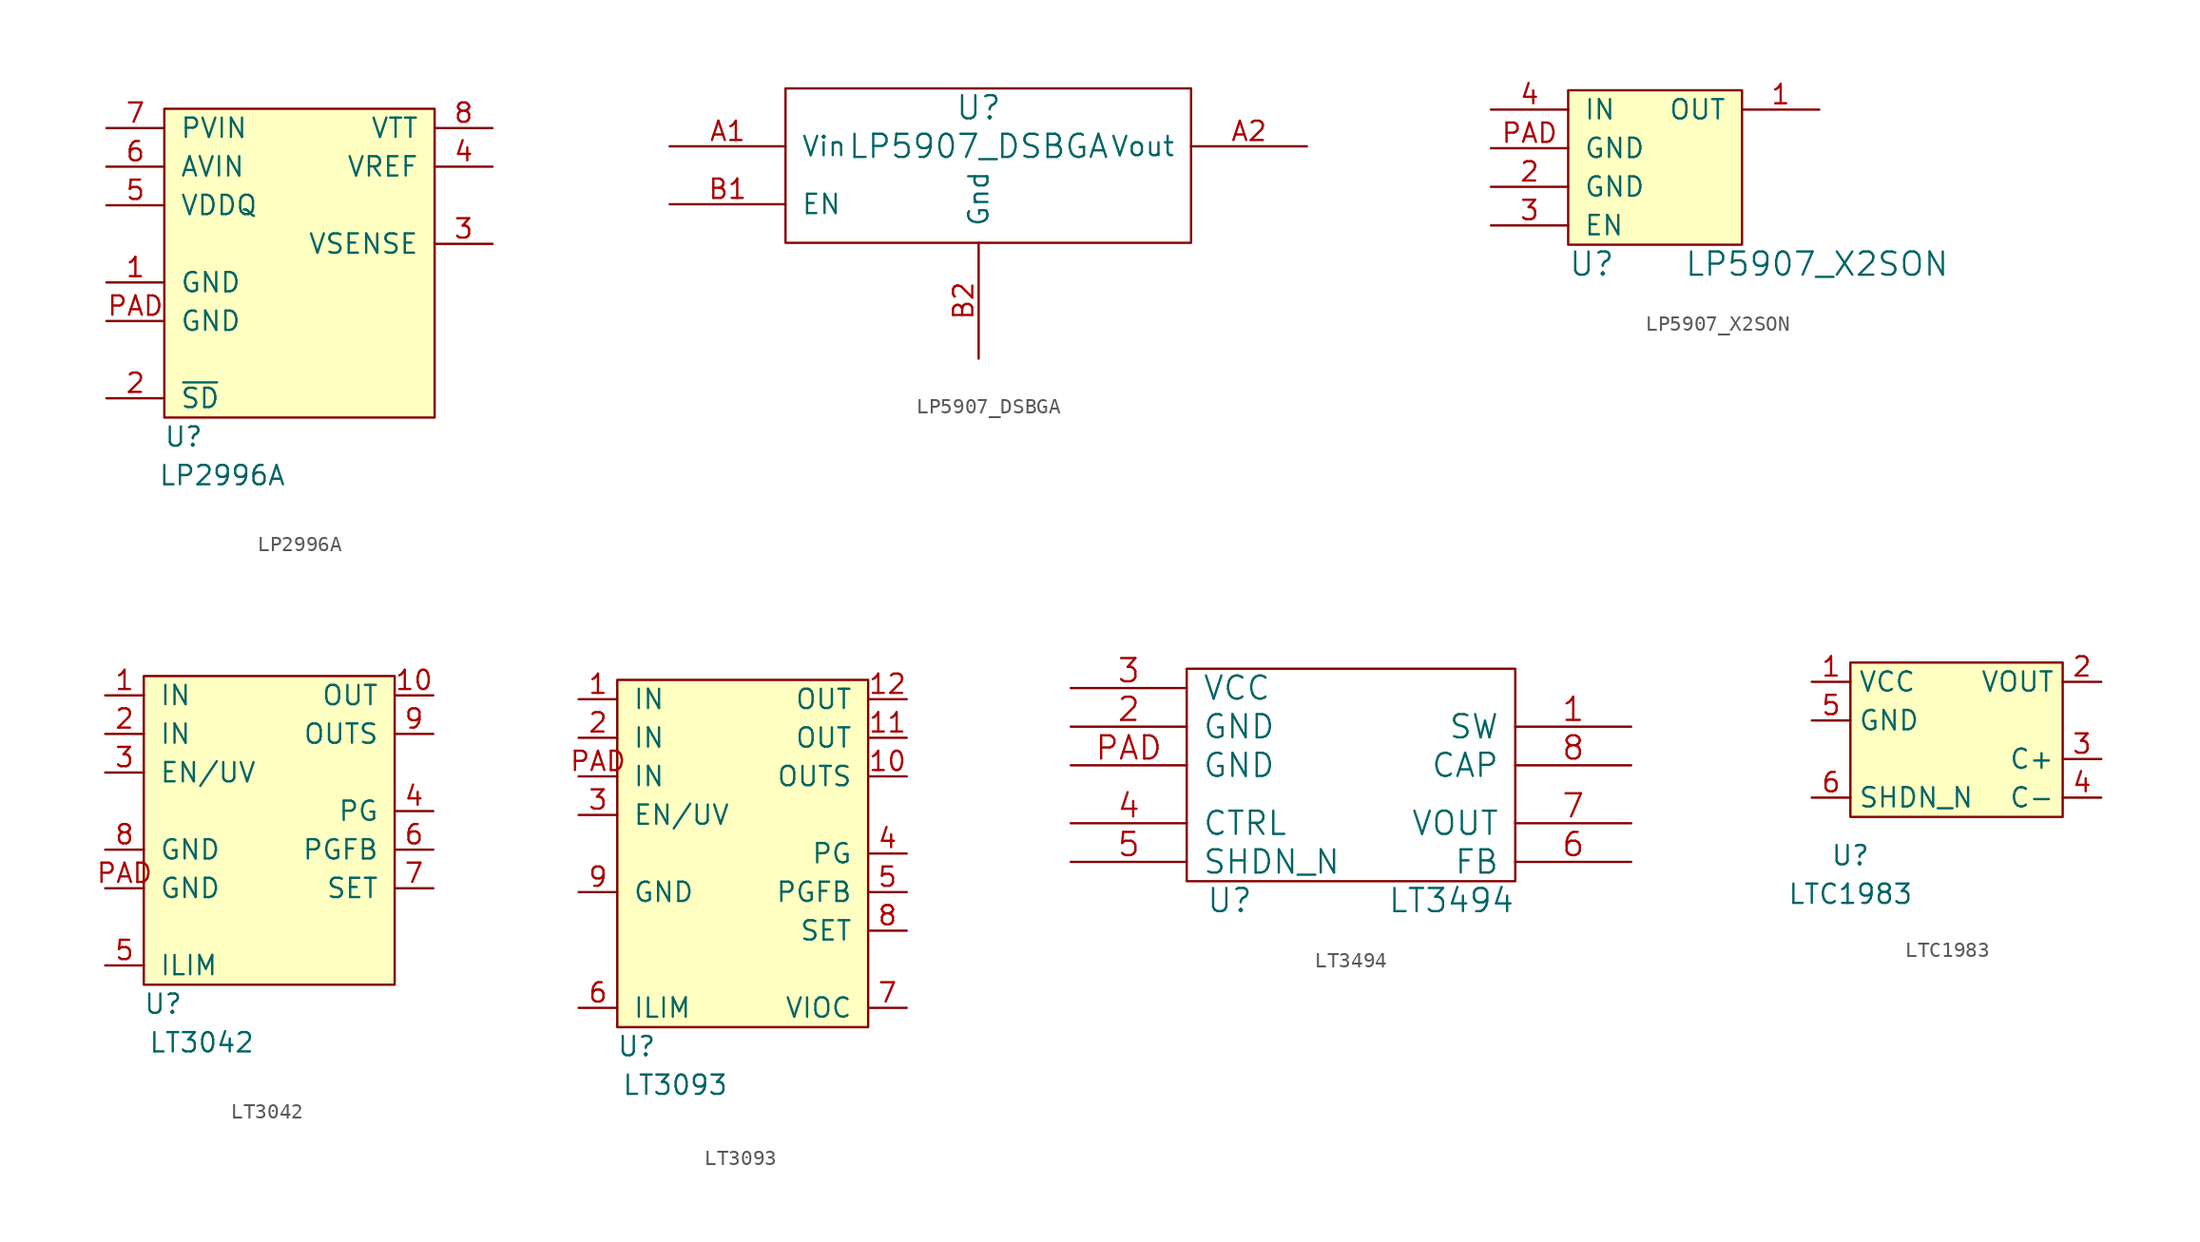
<source format=kicad_sym>
(kicad_symbol_lib
  (version 20231120)
  (generator "kicad_symbol_editor")
  (generator_version "8.0")
  (symbol "LP2996A"
    (pin_names
      (offset 1.016))
    (property "Reference" "U"
      (at 1.27 -1.27 0)
      (effects (font (size 1.27 1.27))))
    (property "Value" "LP2996A"
      (at 3.81 -3.81 0)
      (effects (font (size 1.27 1.27))))
    (symbol "LP2996A_0_1"
      (rectangle (start 0 20.32) (end 17.78 0) (stroke (width 0) (type default)) (fill (type background))))
    (symbol "LP2996A_1_1"
      (pin power_in line (at -3.81 8.89 0) (length 3.81) (name "GND" (effects (font (size 1.27 1.27)))) (number "1" (effects (font (size 1.27 1.27)))))
      (pin input line (at -3.81 1.27 0) (length 3.81) (name "~{SD}" (effects (font (size 1.27 1.27)))) (number "2" (effects (font (size 1.27 1.27)))))
      (pin input line (at 21.59 11.43 180) (length 3.81) (name "VSENSE" (effects (font (size 1.27 1.27)))) (number "3" (effects (font (size 1.27 1.27)))))
      (pin power_out line (at 21.59 16.51 180) (length 3.81) (name "VREF" (effects (font (size 1.27 1.27)))) (number "4" (effects (font (size 1.27 1.27)))))
      (pin input line (at -3.81 13.97 0) (length 3.81) (name "VDDQ" (effects (font (size 1.27 1.27)))) (number "5" (effects (font (size 1.27 1.27)))))
      (pin power_in line (at -3.81 16.51 0) (length 3.81) (name "AVIN" (effects (font (size 1.27 1.27)))) (number "6" (effects (font (size 1.27 1.27)))))
      (pin power_in line (at -3.81 19.05 0) (length 3.81) (name "PVIN" (effects (font (size 1.27 1.27)))) (number "7" (effects (font (size 1.27 1.27)))))
      (pin power_out line (at 21.59 19.05 180) (length 3.81) (name "VTT" (effects (font (size 1.27 1.27)))) (number "8" (effects (font (size 1.27 1.27)))))
      (pin power_in line (at -3.81 6.35 0) (length 3.81) (name "GND" (effects (font (size 1.27 1.27)))) (number "PAD" (effects (font (size 1.27 1.27)))))))
  (symbol "LP5907_DSBGA"
    (pin_names
      (offset 1.016))
    (property "Reference" "U"
      (at 1.27 0 0)
      (effects (font (size 1.524 1.524))))
    (property "Value" "LP5907_DSBGA"
      (at 1.27 -2.54 0)
      (effects (font (size 1.524 1.524))))
    (property "Footprint" ""
      (at 0 0 0)
      (effects (font (size 1.524 1.524))))
    (property "Datasheet" ""
      (at 0 0 0)
      (effects (font (size 1.524 1.524))))
    (symbol "LP5907_DSBGA_0_1"
      (rectangle (start -11.43 1.27) (end 15.24 -8.89) (stroke (width 0) (type default)) (fill (type none))))
    (symbol "LP5907_DSBGA_1_1"
      (pin power_in line (at -19.05 -2.54 0) (length 7.62) (name "Vin" (effects (font (size 1.27 1.27)))) (number "A1" (effects (font (size 1.27 1.27)))))
      (pin power_out line (at 22.86 -2.54 180) (length 7.62) (name "Vout" (effects (font (size 1.27 1.27)))) (number "A2" (effects (font (size 1.27 1.27)))))
      (pin input line (at -19.05 -6.35 0) (length 7.62) (name "EN" (effects (font (size 1.27 1.27)))) (number "B1" (effects (font (size 1.27 1.27)))))
      (pin power_in line (at 1.27 -16.51 90) (length 7.62) (name "Gnd" (effects (font (size 1.27 1.27)))) (number "B2" (effects (font (size 1.27 1.27)))))))
  (symbol "LP5907_X2SON"
    (pin_names
      (offset 1.016))
    (property "Reference" "U"
      (at -5.08 -1.27 0)
      (effects (font (size 1.524 1.524)) (justify left)))
    (property "Value" "LP5907_X2SON"
      (at 2.54 -1.27 0)
      (effects (font (size 1.524 1.524)) (justify left)))
    (property "Footprint" ""
      (at 0 -2.54 0)
      (effects (font (size 1.524 1.524))))
    (property "Datasheet" ""
      (at 0 -2.54 0)
      (effects (font (size 1.524 1.524))))
    (symbol "LP5907_X2SON_0_1"
      (rectangle (start -5.08 10.16) (end 6.35 0) (stroke (width 0) (type default)) (fill (type background))))
    (symbol "LP5907_X2SON_1_1"
      (pin power_out line (at 11.43 8.89 180) (length 5.08) (name "OUT" (effects (font (size 1.27 1.27)))) (number "1" (effects (font (size 1.27 1.27)))))
      (pin power_in line (at -10.16 3.81 0) (length 5.08) (name "GND" (effects (font (size 1.27 1.27)))) (number "2" (effects (font (size 1.27 1.27)))))
      (pin input line (at -10.16 1.27 0) (length 5.08) (name "EN" (effects (font (size 1.27 1.27)))) (number "3" (effects (font (size 1.27 1.27)))))
      (pin power_in line (at -10.16 8.89 0) (length 5.08) (name "IN" (effects (font (size 1.27 1.27)))) (number "4" (effects (font (size 1.27 1.27)))))
      (pin power_in line (at -10.16 6.35 0) (length 5.08) (name "GND" (effects (font (size 1.27 1.27)))) (number "PAD" (effects (font (size 1.27 1.27)))))))
  (symbol "LT3042"
    (pin_names
      (offset 1.016))
    (property "Reference" "U"
      (at 1.27 -1.27 0)
      (effects (font (size 1.27 1.27))))
    (property "Value" "LT3042"
      (at 3.81 -3.81 0)
      (effects (font (size 1.27 1.27))))
    (symbol "LT3042_0_1"
      (rectangle (start 0 20.32) (end 16.51 0) (stroke (width 0) (type default)) (fill (type background))))
    (symbol "LT3042_1_1"
      (pin power_in line (at -2.54 19.05 0) (length 2.54) (name "IN" (effects (font (size 1.27 1.27)))) (number "1" (effects (font (size 1.27 1.27)))))
      (pin power_out line (at 19.05 19.05 180) (length 2.54) (name "OUT" (effects (font (size 1.27 1.27)))) (number "10" (effects (font (size 1.27 1.27)))))
      (pin power_in line (at -2.54 16.51 0) (length 2.54) (name "IN" (effects (font (size 1.27 1.27)))) (number "2" (effects (font (size 1.27 1.27)))))
      (pin input line (at -2.54 13.97 0) (length 2.54) (name "EN/UV" (effects (font (size 1.27 1.27)))) (number "3" (effects (font (size 1.27 1.27)))))
      (pin open_collector line (at 19.05 11.43 180) (length 2.54) (name "PG" (effects (font (size 1.27 1.27)))) (number "4" (effects (font (size 1.27 1.27)))))
      (pin passive line (at -2.54 1.27 0) (length 2.54) (name "ILIM" (effects (font (size 1.27 1.27)))) (number "5" (effects (font (size 1.27 1.27)))))
      (pin input line (at 19.05 8.89 180) (length 2.54) (name "PGFB" (effects (font (size 1.27 1.27)))) (number "6" (effects (font (size 1.27 1.27)))))
      (pin input line (at 19.05 6.35 180) (length 2.54) (name "SET" (effects (font (size 1.27 1.27)))) (number "7" (effects (font (size 1.27 1.27)))))
      (pin power_in line (at -2.54 8.89 0) (length 2.54) (name "GND" (effects (font (size 1.27 1.27)))) (number "8" (effects (font (size 1.27 1.27)))))
      (pin input line (at 19.05 16.51 180) (length 2.54) (name "OUTS" (effects (font (size 1.27 1.27)))) (number "9" (effects (font (size 1.27 1.27)))))
      (pin power_in line (at -2.54 6.35 0) (length 2.54) (name "GND" (effects (font (size 1.27 1.27)))) (number "PAD" (effects (font (size 1.27 1.27)))))))
  (symbol "LT3093"
    (pin_names
      (offset 1.016))
    (property "Reference" "U"
      (at 1.27 -1.27 0)
      (effects (font (size 1.27 1.27))))
    (property "Value" "LT3093"
      (at 3.81 -3.81 0)
      (effects (font (size 1.27 1.27))))
    (symbol "LT3093_0_1"
      (rectangle (start 0 22.86) (end 16.51 0) (stroke (width 0) (type default)) (fill (type background))))
    (symbol "LT3093_1_1"
      (pin power_in line (at -2.54 21.59 0) (length 2.54) (name "IN" (effects (font (size 1.27 1.27)))) (number "1" (effects (font (size 1.27 1.27)))))
      (pin input line (at 19.05 16.51 180) (length 2.54) (name "OUTS" (effects (font (size 1.27 1.27)))) (number "10" (effects (font (size 1.27 1.27)))))
      (pin power_out line (at 19.05 19.05 180) (length 2.54) (name "OUT" (effects (font (size 1.27 1.27)))) (number "11" (effects (font (size 1.27 1.27)))))
      (pin power_in line (at 19.05 21.59 180) (length 2.54) (name "OUT" (effects (font (size 1.27 1.27)))) (number "12" (effects (font (size 1.27 1.27)))))
      (pin power_in line (at -2.54 19.05 0) (length 2.54) (name "IN" (effects (font (size 1.27 1.27)))) (number "2" (effects (font (size 1.27 1.27)))))
      (pin input line (at -2.54 13.97 0) (length 2.54) (name "EN/UV" (effects (font (size 1.27 1.27)))) (number "3" (effects (font (size 1.27 1.27)))))
      (pin open_collector line (at 19.05 11.43 180) (length 2.54) (name "PG" (effects (font (size 1.27 1.27)))) (number "4" (effects (font (size 1.27 1.27)))))
      (pin input line (at 19.05 8.89 180) (length 2.54) (name "PGFB" (effects (font (size 1.27 1.27)))) (number "5" (effects (font (size 1.27 1.27)))))
      (pin passive line (at -2.54 1.27 0) (length 2.54) (name "ILIM" (effects (font (size 1.27 1.27)))) (number "6" (effects (font (size 1.27 1.27)))))
      (pin input line (at 19.05 1.27 180) (length 2.54) (name "VIOC" (effects (font (size 1.27 1.27)))) (number "7" (effects (font (size 1.27 1.27)))))
      (pin input line (at 19.05 6.35 180) (length 2.54) (name "SET" (effects (font (size 1.27 1.27)))) (number "8" (effects (font (size 1.27 1.27)))))
      (pin power_in line (at -2.54 8.89 0) (length 2.54) (name "GND" (effects (font (size 1.27 1.27)))) (number "9" (effects (font (size 1.27 1.27)))))
      (pin power_in line (at -2.54 16.51 0) (length 2.54) (name "IN" (effects (font (size 1.27 1.27)))) (number "PAD" (effects (font (size 1.27 1.27)))))))
  (symbol "LT3494"
    (pin_names
      (offset 1.016))
    (property "Reference" "U"
      (at -8.89 -1.27 0)
      (effects (font (size 1.524 1.524)) (justify left)))
    (property "Value" "LT3494"
      (at 11.43 -1.27 0)
      (effects (font (size 1.524 1.524)) (justify right)))
    (property "Footprint" ""
      (at 3.81 1.27 0)
      (effects (font (size 1.524 1.524))))
    (property "Datasheet" ""
      (at 3.81 1.27 0)
      (effects (font (size 1.524 1.524))))
    (symbol "LT3494_0_1"
      (rectangle (start -10.16 13.97) (end 11.43 0) (stroke (width 0) (type default)) (fill (type none))))
    (symbol "LT3494_1_1"
      (pin power_out line (at 19.05 10.16 180) (length 7.62) (name "SW" (effects (font (size 1.524 1.524)))) (number "1" (effects (font (size 1.524 1.524)))))
      (pin power_in line (at -17.78 10.16 0) (length 7.62) (name "GND" (effects (font (size 1.524 1.524)))) (number "2" (effects (font (size 1.524 1.524)))))
      (pin power_in line (at -17.78 12.7 0) (length 7.62) (name "VCC" (effects (font (size 1.524 1.524)))) (number "3" (effects (font (size 1.524 1.524)))))
      (pin input line (at -17.78 3.81 0) (length 7.62) (name "CTRL" (effects (font (size 1.524 1.524)))) (number "4" (effects (font (size 1.524 1.524)))))
      (pin input line (at -17.78 1.27 0) (length 7.62) (name "SHDN_N" (effects (font (size 1.524 1.524)))) (number "5" (effects (font (size 1.524 1.524)))))
      (pin input line (at 19.05 1.27 180) (length 7.62) (name "FB" (effects (font (size 1.524 1.524)))) (number "6" (effects (font (size 1.524 1.524)))))
      (pin power_out line (at 19.05 3.81 180) (length 7.62) (name "VOUT" (effects (font (size 1.524 1.524)))) (number "7" (effects (font (size 1.524 1.524)))))
      (pin power_out line (at 19.05 7.62 180) (length 7.62) (name "CAP" (effects (font (size 1.524 1.524)))) (number "8" (effects (font (size 1.524 1.524)))))
      (pin power_in line (at -17.78 7.62 0) (length 7.62) (name "GND" (effects (font (size 1.524 1.524)))) (number "PAD" (effects (font (size 1.524 1.524)))))))
  (symbol "LTC1983"
    (property "Reference" "U"
      (at 0 -2.54 0)
      (effects (font (size 1.27 1.27))))
    (property "Value" "LTC1983"
      (at 0 -5.08 0)
      (effects (font (size 1.27 1.27))))
    (symbol "LTC1983_0_1"
      (rectangle (start 0 10.16) (end 13.97 0) (stroke (width 0.152) (type default)) (fill (type background))))
    (symbol "LTC1983_1_1"
      (pin power_in line (at -2.54 8.89 0) (length 2.54) (name "VCC" (effects (font (size 1.27 1.27)))) (number "1" (effects (font (size 1.27 1.27)))))
      (pin power_out line (at 16.51 8.89 180) (length 2.54) (name "VOUT" (effects (font (size 1.27 1.27)))) (number "2" (effects (font (size 1.27 1.27)))))
      (pin power_out line (at 16.51 3.81 180) (length 2.54) (name "C+" (effects (font (size 1.27 1.27)))) (number "3" (effects (font (size 1.27 1.27)))))
      (pin power_out line (at 16.51 1.27 180) (length 2.54) (name "C-" (effects (font (size 1.27 1.27)))) (number "4" (effects (font (size 1.27 1.27)))))
      (pin power_in line (at -2.54 6.35 0) (length 2.54) (name "GND" (effects (font (size 1.27 1.27)))) (number "5" (effects (font (size 1.27 1.27)))))
      (pin input line (at -2.54 1.27 0) (length 2.54) (name "SHDN_N" (effects (font (size 1.27 1.27)))) (number "6" (effects (font (size 1.27 1.27))))))))
</source>
